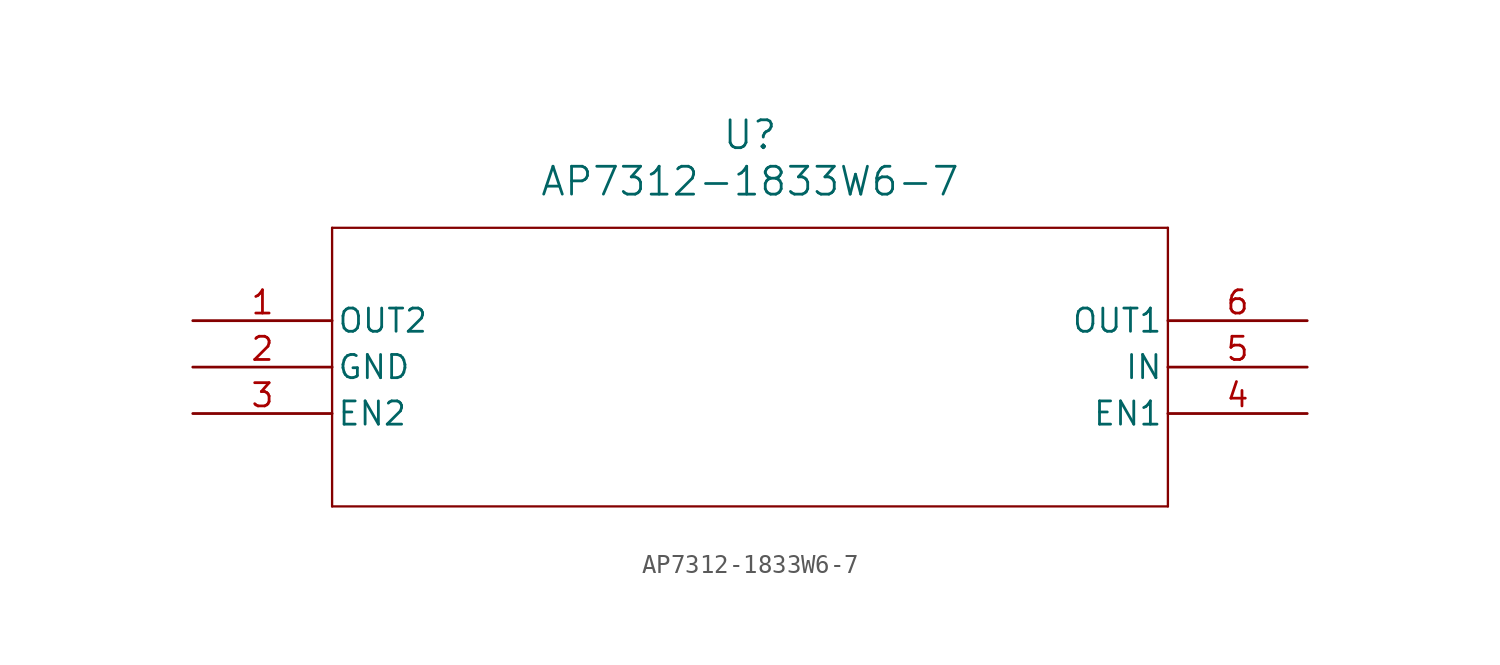
<source format=kicad_sym>
(kicad_symbol_lib
  (version 20211014)
  (generator kicad_symbol_editor)
  (symbol "AP7312-1833W6-7"
    (pin_names
      (offset 0.254))
    (property "Reference" "U"
      (at 30.48 10.16 0)
      (effects (font (size 1.524 1.524))))
    (property "Value" "AP7312-1833W6-7"
      (at 30.48 7.62 0)
      (effects (font (size 1.524 1.524))))
    (symbol "AP7312-1833W6-7_0_1"
      (polyline (pts (xy 7.62 5.08) (xy 7.62 -10.16)) (stroke (width 0.127) (type default) (color 0 0 0 0)) (fill (type none)))
      (polyline (pts (xy 7.62 -10.16) (xy 53.34 -10.16)) (stroke (width 0.127) (type default) (color 0 0 0 0)) (fill (type none)))
      (polyline (pts (xy 53.34 -10.16) (xy 53.34 5.08)) (stroke (width 0.127) (type default) (color 0 0 0 0)) (fill (type none)))
      (polyline (pts (xy 53.34 5.08) (xy 7.62 5.08)) (stroke (width 0.127) (type default) (color 0 0 0 0)) (fill (type none)))
      (pin output line (at 0 0 0) (length 7.62) (name "OUT2" (effects (font (size 1.27 1.27)))) (number "1" (effects (font (size 1.27 1.27)))))
      (pin power_in line (at 0 -2.54 0) (length 7.62) (name "GND" (effects (font (size 1.27 1.27)))) (number "2" (effects (font (size 1.27 1.27)))))
      (pin input line (at 0 -5.08 0) (length 7.62) (name "EN2" (effects (font (size 1.27 1.27)))) (number "3" (effects (font (size 1.27 1.27)))))
      (pin input line (at 60.96 -5.08 180) (length 7.62) (name "EN1" (effects (font (size 1.27 1.27)))) (number "4" (effects (font (size 1.27 1.27)))))
      (pin input line (at 60.96 -2.54 180) (length 7.62) (name "IN" (effects (font (size 1.27 1.27)))) (number "5" (effects (font (size 1.27 1.27)))))
      (pin output line (at 60.96 0 180) (length 7.62) (name "OUT1" (effects (font (size 1.27 1.27)))) (number "6" (effects (font (size 1.27 1.27))))))))
</source>
